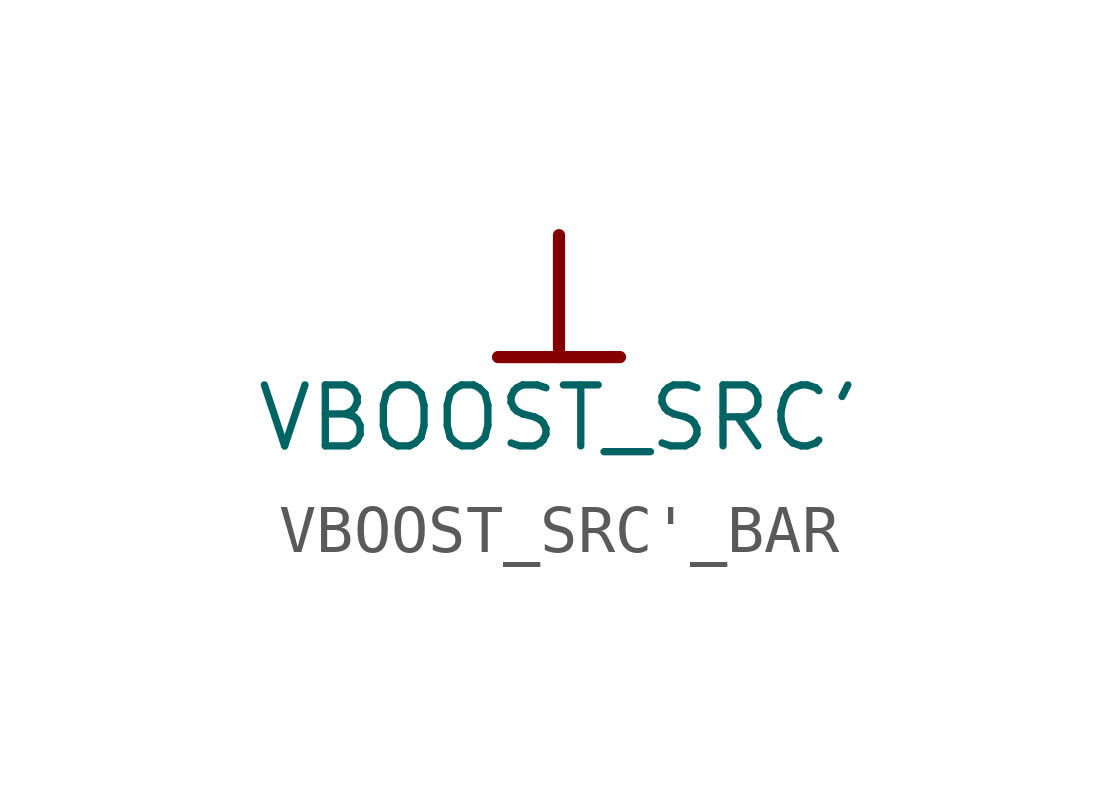
<source format=kicad_sym>
(kicad_symbol_lib
  (version 20241209)
  (generator "kicad_symbol_editor")
  (generator_version "9.0")
  (symbol "VBOOST_SRC'_BAR"
    (power)
    (property "Reference" "#PWR"
      (at 0 0 0)
      (effects (font (size 1.27 1.27)) (hide yes)))
    (property "Value" "VBOOST_SRC'"
      (at 0 -3.81 0)
      (effects (font (size 1.27 1.27))))
    (symbol "VBOOST_SRC'_BAR_0_0"
      (polyline (pts (xy -1.27 -2.54) (xy 1.27 -2.54)) (stroke (width 0.254) (type solid)) (fill (type none)))
      (polyline (pts (xy 0 0) (xy 0 -2.54)) (stroke (width 0.254) (type solid)) (fill (type none)))
      (pin power_in line (at 0 0 0) (length 0) (hide yes) (name "VBOOST_SRC'" (effects (font (size 1.27 1.27)))) (number "" (effects (font (size 1.27 1.27))))))))
</source>
